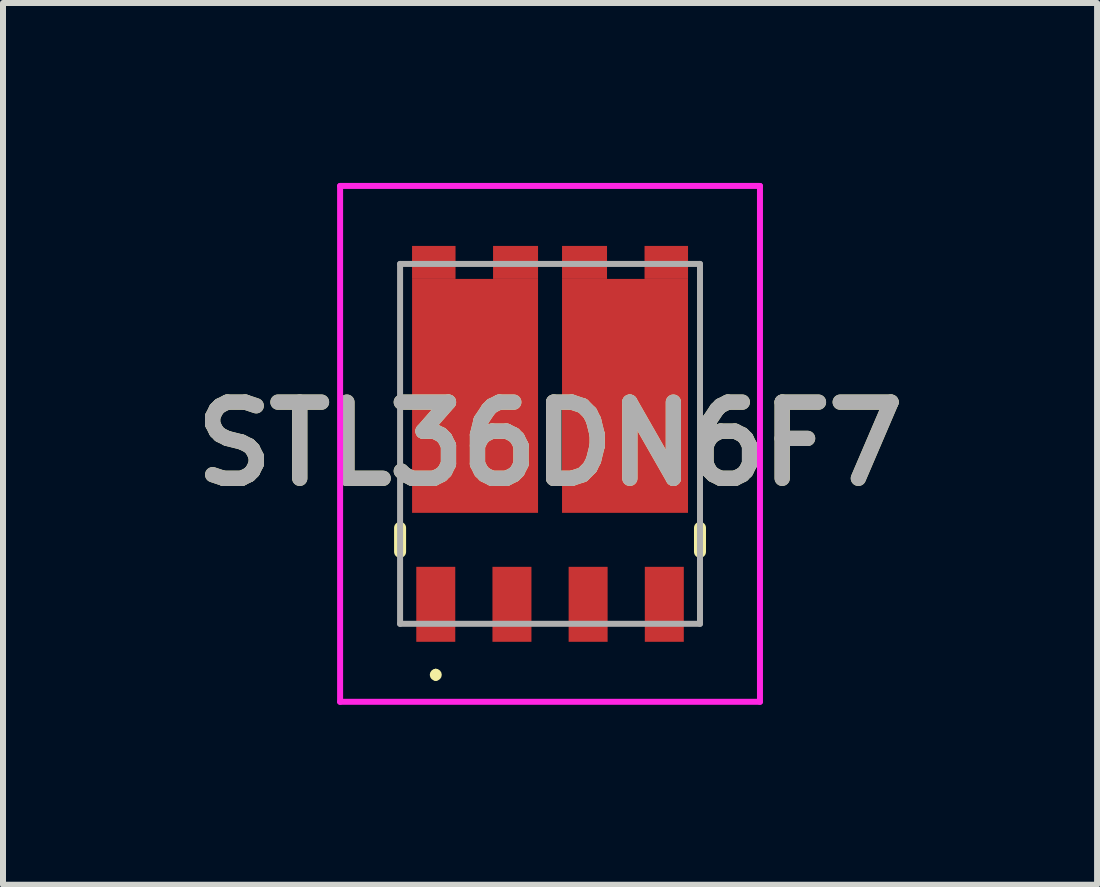
<source format=kicad_pcb>
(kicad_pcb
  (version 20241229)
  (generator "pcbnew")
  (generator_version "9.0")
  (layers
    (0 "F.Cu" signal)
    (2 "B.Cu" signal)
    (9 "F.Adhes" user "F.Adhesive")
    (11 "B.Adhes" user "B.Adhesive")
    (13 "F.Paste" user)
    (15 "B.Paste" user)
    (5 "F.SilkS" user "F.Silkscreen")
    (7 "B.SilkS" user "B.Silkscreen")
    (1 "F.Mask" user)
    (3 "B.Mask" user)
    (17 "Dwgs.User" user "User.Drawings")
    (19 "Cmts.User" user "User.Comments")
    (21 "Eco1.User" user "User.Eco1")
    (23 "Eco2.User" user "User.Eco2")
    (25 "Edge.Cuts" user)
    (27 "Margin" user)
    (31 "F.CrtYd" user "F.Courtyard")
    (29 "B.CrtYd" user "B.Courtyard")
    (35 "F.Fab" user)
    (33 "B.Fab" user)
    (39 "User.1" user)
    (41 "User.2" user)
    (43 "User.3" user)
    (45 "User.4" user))
  (footprint "STL36DN6F7"
    (layer "F.Cu")
    (at 6.12 4.35)
    (property "Reference" "STL36DN6F7" (at 0 0 0) (layer "F.SilkS") (effects (font (size 1.27 1.27) (thickness 0.254))))
    (attr smd)
    (fp_line (start -2.5 1.8) (end -2.5 1.4) (stroke (width 0.2) (type solid)) (layer "F.SilkS"))
    (fp_line (start -1.905 3.8) (end -1.905 3.8) (stroke (width 0.1) (type solid)) (layer "F.SilkS"))
    (fp_line (start -1.905 3.9) (end -1.905 3.9) (stroke (width 0.1) (type solid)) (layer "F.SilkS"))
    (fp_line (start 2.5 1.8) (end 2.5 1.4) (stroke (width 0.2) (type solid)) (layer "F.SilkS"))
    (fp_arc (start -1.905 3.8) (mid -1.855 3.85) (end -1.905 3.9) (stroke (width 0.1) (type solid)) (layer "F.SilkS"))
    (fp_arc (start -1.905 3.9) (mid -1.955 3.85) (end -1.905 3.8) (stroke (width 0.1) (type solid)) (layer "F.SilkS"))
    (fp_line (start -3.5 -4.3) (end 3.5 -4.3) (stroke (width 0.1) (type solid)) (layer "F.CrtYd"))
    (fp_line (start -3.5 4.3) (end -3.5 -4.3) (stroke (width 0.1) (type solid)) (layer "F.CrtYd"))
    (fp_line (start 3.5 -4.3) (end 3.5 4.3) (stroke (width 0.1) (type solid)) (layer "F.CrtYd"))
    (fp_line (start 3.5 4.3) (end -3.5 4.3) (stroke (width 0.1) (type solid)) (layer "F.CrtYd"))
    (fp_line (start -2.5 -3) (end 2.5 -3) (stroke (width 0.1) (type solid)) (layer "F.Fab"))
    (fp_line (start -2.5 3) (end -2.5 -3) (stroke (width 0.1) (type solid)) (layer "F.Fab"))
    (fp_line (start 2.5 -3) (end 2.5 3) (stroke (width 0.1) (type solid)) (layer "F.Fab"))
    (fp_line (start 2.5 3) (end -2.5 3) (stroke (width 0.1) (type solid)) (layer "F.Fab"))
    (fp_text user "${REFERENCE}" (at 0 0 0) (layer "F.Fab") (effects (font (size 1.27 1.27) (thickness 0.254))))
    (pad "1" smd rect (at -1.905 2.675) (size 0.65 1.25) (layers "F.Cu" "F.Mask" "F.Paste"))
    (pad "2" smd rect (at -0.635 2.675) (size 0.65 1.25) (layers "F.Cu" "F.Mask" "F.Paste"))
    (pad "3" smd rect (at 0.635 2.675) (size 0.65 1.25) (layers "F.Cu" "F.Mask" "F.Paste"))
    (pad "4" smd rect (at 1.905 2.675) (size 0.65 1.25) (layers "F.Cu" "F.Mask" "F.Paste"))
    (pad "5" smd rect (at 1.938 -3.025 90) (size 0.55 0.725) (layers "F.Cu" "F.Mask" "F.Paste"))
    (pad "6" smd rect (at 0.575 -3.025 90) (size 0.55 0.75) (layers "F.Cu" "F.Mask" "F.Paste"))
    (pad "7" smd rect (at -0.575 -3.025 90) (size 0.55 0.75) (layers "F.Cu" "F.Mask" "F.Paste"))
    (pad "8" smd rect (at -1.938 -3.025 90) (size 0.55 0.725) (layers "F.Cu" "F.Mask" "F.Paste"))
    (pad "9" smd rect (at -1.25 -0.8) (size 2.1 3.9) (layers "F.Cu" "F.Mask" "F.Paste"))
    (pad "10" smd rect (at 1.25 -0.8) (size 2.1 3.9) (layers "F.Cu" "F.Mask" "F.Paste")))
  (gr_rect
    (start -3 -3)
    (end 15.24 11.7)
    (stroke (width 0.1) (type default))
    (fill no)
    (layer "Edge.Cuts")))
</source>
